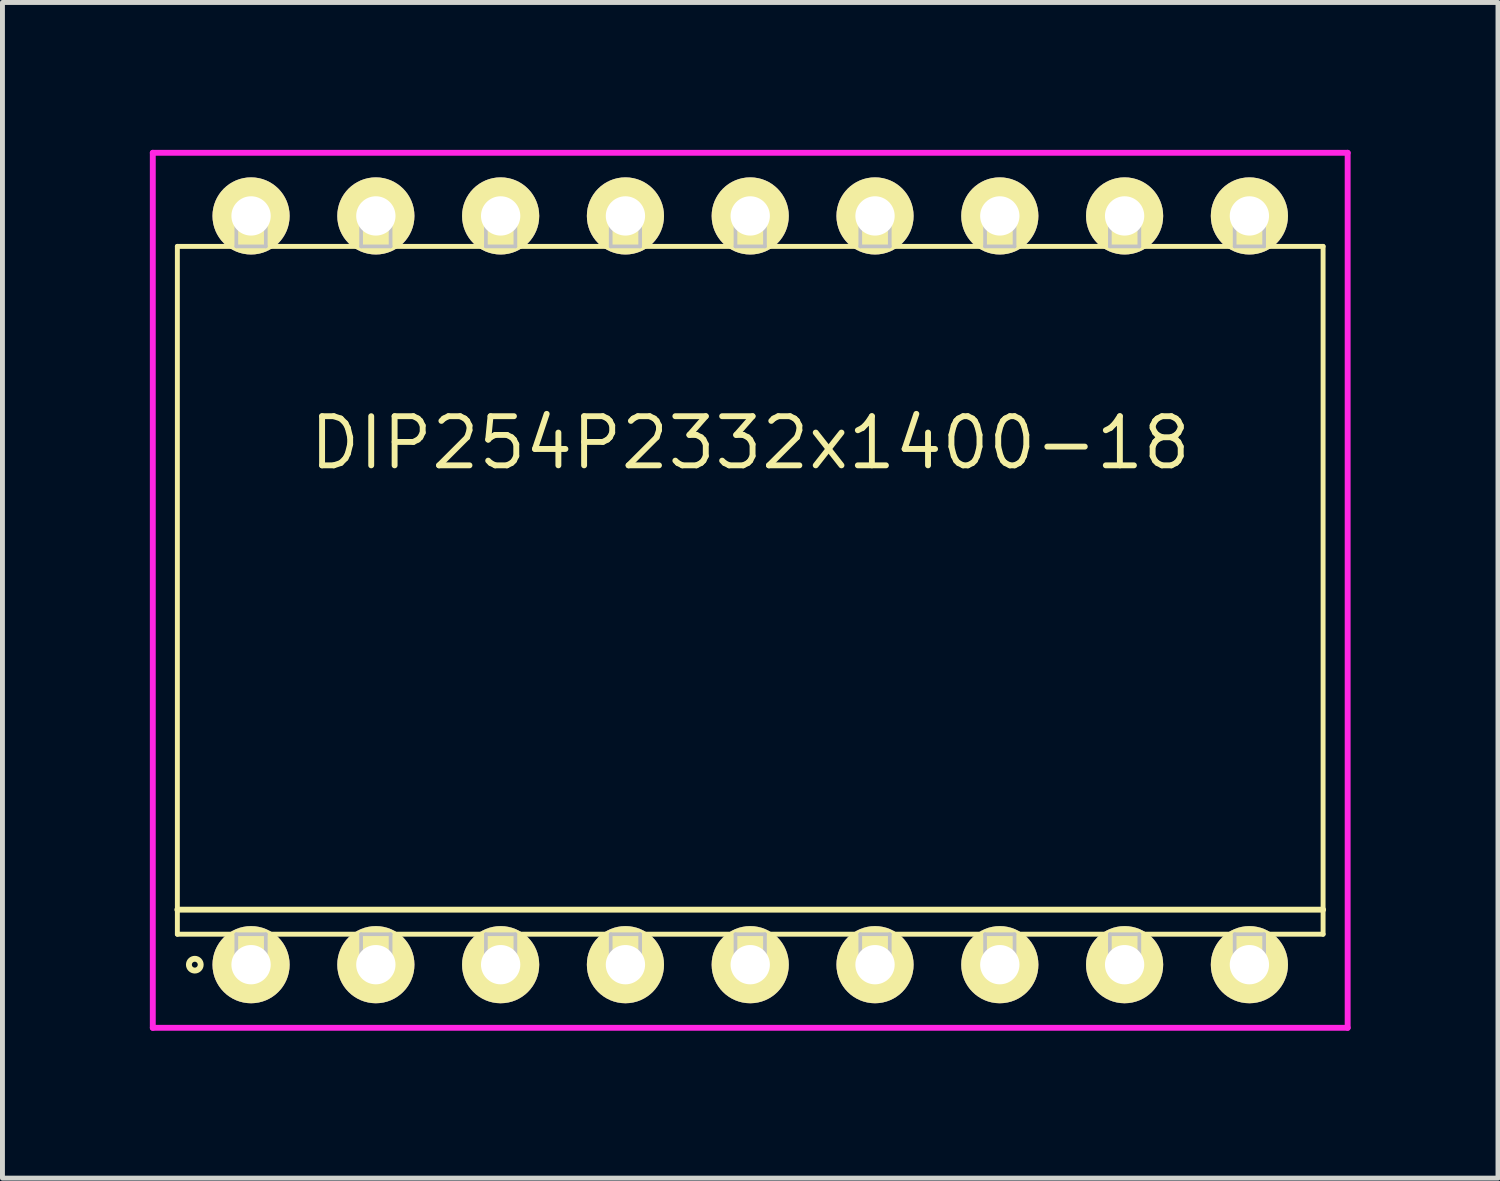
<source format=kicad_pcb>
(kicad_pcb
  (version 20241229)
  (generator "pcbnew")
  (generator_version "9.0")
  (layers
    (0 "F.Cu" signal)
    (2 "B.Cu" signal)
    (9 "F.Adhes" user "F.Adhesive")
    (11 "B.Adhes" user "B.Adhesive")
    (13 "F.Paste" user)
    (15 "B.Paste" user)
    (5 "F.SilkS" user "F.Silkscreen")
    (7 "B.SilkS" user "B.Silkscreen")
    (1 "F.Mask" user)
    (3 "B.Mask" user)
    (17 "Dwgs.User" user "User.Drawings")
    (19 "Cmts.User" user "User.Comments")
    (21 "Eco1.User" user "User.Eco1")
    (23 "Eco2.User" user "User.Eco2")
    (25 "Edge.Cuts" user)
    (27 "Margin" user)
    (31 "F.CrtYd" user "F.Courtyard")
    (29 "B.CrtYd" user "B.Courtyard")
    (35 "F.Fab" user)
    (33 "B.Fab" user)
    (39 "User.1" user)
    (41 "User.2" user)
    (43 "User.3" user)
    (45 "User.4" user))
  (footprint "DIP254P2332x1400-18"
    (layer "F.Cu")
    (at 12.22 8.965)
    (property "Reference" "DIP254P2332x1400-18" (at 0 -3 0) (layer "F.SilkS") (effects (font (size 1 1) (thickness 0.12))))
    (attr through_hole)
    (fp_line (start -11.66 -7) (end -11.66 7) (stroke (width 0.1) (type solid)) (layer "F.SilkS"))
    (fp_line (start -11.66 6.5) (end 11.66 6.5) (stroke (width 0.12) (type solid)) (layer "F.SilkS"))
    (fp_line (start -11.66 7) (end 11.66 7) (stroke (width 0.1) (type solid)) (layer "F.SilkS"))
    (fp_line (start 11.66 -7) (end -11.66 -7) (stroke (width 0.1) (type solid)) (layer "F.SilkS"))
    (fp_line (start 11.66 7) (end 11.66 -7) (stroke (width 0.1) (type solid)) (layer "F.SilkS"))
    (fp_circle (center -11.305 7.62) (end -11.185 7.62) (stroke (width 0.12) (type solid)) (fill no) (layer "F.SilkS"))
    (fp_line (start -10.46 -7.62) (end -10.46 -7) (stroke (width 0.075) (type solid)) (layer "Dwgs.User"))
    (fp_line (start -10.46 -7) (end -9.86 -7) (stroke (width 0.075) (type solid)) (layer "Dwgs.User"))
    (fp_line (start -10.46 7) (end -9.86 7) (stroke (width 0.075) (type solid)) (layer "Dwgs.User"))
    (fp_line (start -10.46 7.62) (end -10.46 7) (stroke (width 0.075) (type solid)) (layer "Dwgs.User"))
    (fp_line (start -9.86 -7.62) (end -10.46 -7.62) (stroke (width 0.075) (type solid)) (layer "Dwgs.User"))
    (fp_line (start -9.86 -7) (end -9.86 -7.62) (stroke (width 0.075) (type solid)) (layer "Dwgs.User"))
    (fp_line (start -9.86 7) (end -9.86 7.62) (stroke (width 0.075) (type solid)) (layer "Dwgs.User"))
    (fp_line (start -9.86 7.62) (end -10.46 7.62) (stroke (width 0.075) (type solid)) (layer "Dwgs.User"))
    (fp_line (start -7.92 -7.62) (end -7.92 -7) (stroke (width 0.075) (type solid)) (layer "Dwgs.User"))
    (fp_line (start -7.92 -7) (end -7.32 -7) (stroke (width 0.075) (type solid)) (layer "Dwgs.User"))
    (fp_line (start -7.92 7) (end -7.32 7) (stroke (width 0.075) (type solid)) (layer "Dwgs.User"))
    (fp_line (start -7.92 7.62) (end -7.92 7) (stroke (width 0.075) (type solid)) (layer "Dwgs.User"))
    (fp_line (start -7.32 -7.62) (end -7.92 -7.62) (stroke (width 0.075) (type solid)) (layer "Dwgs.User"))
    (fp_line (start -7.32 -7) (end -7.32 -7.62) (stroke (width 0.075) (type solid)) (layer "Dwgs.User"))
    (fp_line (start -7.32 7) (end -7.32 7.62) (stroke (width 0.075) (type solid)) (layer "Dwgs.User"))
    (fp_line (start -7.32 7.62) (end -7.92 7.62) (stroke (width 0.075) (type solid)) (layer "Dwgs.User"))
    (fp_line (start -5.38 -7.62) (end -5.38 -7) (stroke (width 0.075) (type solid)) (layer "Dwgs.User"))
    (fp_line (start -5.38 -7) (end -4.78 -7) (stroke (width 0.075) (type solid)) (layer "Dwgs.User"))
    (fp_line (start -5.38 7) (end -4.78 7) (stroke (width 0.075) (type solid)) (layer "Dwgs.User"))
    (fp_line (start -5.38 7.62) (end -5.38 7) (stroke (width 0.075) (type solid)) (layer "Dwgs.User"))
    (fp_line (start -4.78 -7.62) (end -5.38 -7.62) (stroke (width 0.075) (type solid)) (layer "Dwgs.User"))
    (fp_line (start -4.78 -7) (end -4.78 -7.62) (stroke (width 0.075) (type solid)) (layer "Dwgs.User"))
    (fp_line (start -4.78 7) (end -4.78 7.62) (stroke (width 0.075) (type solid)) (layer "Dwgs.User"))
    (fp_line (start -4.78 7.62) (end -5.38 7.62) (stroke (width 0.075) (type solid)) (layer "Dwgs.User"))
    (fp_line (start -2.84 -7.62) (end -2.84 -7) (stroke (width 0.075) (type solid)) (layer "Dwgs.User"))
    (fp_line (start -2.84 -7) (end -2.24 -7) (stroke (width 0.075) (type solid)) (layer "Dwgs.User"))
    (fp_line (start -2.84 7) (end -2.24 7) (stroke (width 0.075) (type solid)) (layer "Dwgs.User"))
    (fp_line (start -2.84 7.62) (end -2.84 7) (stroke (width 0.075) (type solid)) (layer "Dwgs.User"))
    (fp_line (start -2.24 -7.62) (end -2.84 -7.62) (stroke (width 0.075) (type solid)) (layer "Dwgs.User"))
    (fp_line (start -2.24 -7) (end -2.24 -7.62) (stroke (width 0.075) (type solid)) (layer "Dwgs.User"))
    (fp_line (start -2.24 7) (end -2.24 7.62) (stroke (width 0.075) (type solid)) (layer "Dwgs.User"))
    (fp_line (start -2.24 7.62) (end -2.84 7.62) (stroke (width 0.075) (type solid)) (layer "Dwgs.User"))
    (fp_line (start -0.3 -7.62) (end -0.3 -7) (stroke (width 0.075) (type solid)) (layer "Dwgs.User"))
    (fp_line (start -0.3 -7) (end 0.3 -7) (stroke (width 0.075) (type solid)) (layer "Dwgs.User"))
    (fp_line (start -0.3 7) (end 0.3 7) (stroke (width 0.075) (type solid)) (layer "Dwgs.User"))
    (fp_line (start -0.3 7.62) (end -0.3 7) (stroke (width 0.075) (type solid)) (layer "Dwgs.User"))
    (fp_line (start 0.3 -7.62) (end -0.3 -7.62) (stroke (width 0.075) (type solid)) (layer "Dwgs.User"))
    (fp_line (start 0.3 -7) (end 0.3 -7.62) (stroke (width 0.075) (type solid)) (layer "Dwgs.User"))
    (fp_line (start 0.3 7) (end 0.3 7.62) (stroke (width 0.075) (type solid)) (layer "Dwgs.User"))
    (fp_line (start 0.3 7.62) (end -0.3 7.62) (stroke (width 0.075) (type solid)) (layer "Dwgs.User"))
    (fp_line (start 2.24 -7.62) (end 2.24 -7) (stroke (width 0.075) (type solid)) (layer "Dwgs.User"))
    (fp_line (start 2.24 -7) (end 2.84 -7) (stroke (width 0.075) (type solid)) (layer "Dwgs.User"))
    (fp_line (start 2.24 7) (end 2.84 7) (stroke (width 0.075) (type solid)) (layer "Dwgs.User"))
    (fp_line (start 2.24 7.62) (end 2.24 7) (stroke (width 0.075) (type solid)) (layer "Dwgs.User"))
    (fp_line (start 2.84 -7.62) (end 2.24 -7.62) (stroke (width 0.075) (type solid)) (layer "Dwgs.User"))
    (fp_line (start 2.84 -7) (end 2.84 -7.62) (stroke (width 0.075) (type solid)) (layer "Dwgs.User"))
    (fp_line (start 2.84 7) (end 2.84 7.62) (stroke (width 0.075) (type solid)) (layer "Dwgs.User"))
    (fp_line (start 2.84 7.62) (end 2.24 7.62) (stroke (width 0.075) (type solid)) (layer "Dwgs.User"))
    (fp_line (start 4.78 -7.62) (end 4.78 -7) (stroke (width 0.075) (type solid)) (layer "Dwgs.User"))
    (fp_line (start 4.78 -7) (end 5.38 -7) (stroke (width 0.075) (type solid)) (layer "Dwgs.User"))
    (fp_line (start 4.78 7) (end 5.38 7) (stroke (width 0.075) (type solid)) (layer "Dwgs.User"))
    (fp_line (start 4.78 7.62) (end 4.78 7) (stroke (width 0.075) (type solid)) (layer "Dwgs.User"))
    (fp_line (start 5.38 -7.62) (end 4.78 -7.62) (stroke (width 0.075) (type solid)) (layer "Dwgs.User"))
    (fp_line (start 5.38 -7) (end 5.38 -7.62) (stroke (width 0.075) (type solid)) (layer "Dwgs.User"))
    (fp_line (start 5.38 7) (end 5.38 7.62) (stroke (width 0.075) (type solid)) (layer "Dwgs.User"))
    (fp_line (start 5.38 7.62) (end 4.78 7.62) (stroke (width 0.075) (type solid)) (layer "Dwgs.User"))
    (fp_line (start 7.32 -7.62) (end 7.32 -7) (stroke (width 0.075) (type solid)) (layer "Dwgs.User"))
    (fp_line (start 7.32 -7) (end 7.92 -7) (stroke (width 0.075) (type solid)) (layer "Dwgs.User"))
    (fp_line (start 7.32 7) (end 7.92 7) (stroke (width 0.075) (type solid)) (layer "Dwgs.User"))
    (fp_line (start 7.32 7.62) (end 7.32 7) (stroke (width 0.075) (type solid)) (layer "Dwgs.User"))
    (fp_line (start 7.92 -7.62) (end 7.32 -7.62) (stroke (width 0.075) (type solid)) (layer "Dwgs.User"))
    (fp_line (start 7.92 -7) (end 7.92 -7.62) (stroke (width 0.075) (type solid)) (layer "Dwgs.User"))
    (fp_line (start 7.92 7) (end 7.92 7.62) (stroke (width 0.075) (type solid)) (layer "Dwgs.User"))
    (fp_line (start 7.92 7.62) (end 7.32 7.62) (stroke (width 0.075) (type solid)) (layer "Dwgs.User"))
    (fp_line (start 9.86 -7.62) (end 9.86 -7) (stroke (width 0.075) (type solid)) (layer "Dwgs.User"))
    (fp_line (start 9.86 -7) (end 10.46 -7) (stroke (width 0.075) (type solid)) (layer "Dwgs.User"))
    (fp_line (start 9.86 7) (end 10.46 7) (stroke (width 0.075) (type solid)) (layer "Dwgs.User"))
    (fp_line (start 9.86 7.62) (end 9.86 7) (stroke (width 0.075) (type solid)) (layer "Dwgs.User"))
    (fp_line (start 10.46 -7.62) (end 9.86 -7.62) (stroke (width 0.075) (type solid)) (layer "Dwgs.User"))
    (fp_line (start 10.46 -7) (end 10.46 -7.62) (stroke (width 0.075) (type solid)) (layer "Dwgs.User"))
    (fp_line (start 10.46 7) (end 10.46 7.62) (stroke (width 0.075) (type solid)) (layer "Dwgs.User"))
    (fp_line (start 10.46 7.62) (end 9.86 7.62) (stroke (width 0.075) (type solid)) (layer "Dwgs.User"))
    (fp_line (start -0.75 0) (end 0.75 0) (stroke (width 0.12) (type solid)) (layer "Eco1.User"))
    (fp_line (start 0 -0.75) (end 0 0.75) (stroke (width 0.12) (type solid)) (layer "Eco1.User"))
    (fp_circle (center 0 0) (end 0.5 0) (stroke (width 0.12) (type solid)) (fill no) (layer "Eco1.User"))
    (fp_line (start -12.16 -8.905) (end -12.16 8.905) (stroke (width 0.12) (type solid)) (layer "F.CrtYd"))
    (fp_line (start -12.16 8.905) (end 12.16 8.905) (stroke (width 0.12) (type solid)) (layer "F.CrtYd"))
    (fp_line (start 12.16 -8.905) (end -12.16 -8.905) (stroke (width 0.12) (type solid)) (layer "F.CrtYd"))
    (fp_line (start 12.16 8.905) (end 12.16 -8.905) (stroke (width 0.12) (type solid)) (layer "F.CrtYd"))
    (pad "1" thru_hole oval (at -10.16 7.62) (size 1.57 1.57) (drill 0.8) (layers "*.Cu" "*.Mask" "F.SilkS"))
    (pad "2" thru_hole oval (at -7.62 7.62) (size 1.57 1.57) (drill 0.8) (layers "*.Cu" "*.Mask" "F.SilkS"))
    (pad "3" thru_hole oval (at -5.08 7.62) (size 1.57 1.57) (drill 0.8) (layers "*.Cu" "*.Mask" "F.SilkS"))
    (pad "4" thru_hole oval (at -2.54 7.62) (size 1.57 1.57) (drill 0.8) (layers "*.Cu" "*.Mask" "F.SilkS"))
    (pad "5" thru_hole oval (at 0 7.62) (size 1.57 1.57) (drill 0.8) (layers "*.Cu" "*.Mask" "F.SilkS"))
    (pad "6" thru_hole oval (at 2.54 7.62) (size 1.57 1.57) (drill 0.8) (layers "*.Cu" "*.Mask" "F.SilkS"))
    (pad "7" thru_hole oval (at 5.08 7.62) (size 1.57 1.57) (drill 0.8) (layers "*.Cu" "*.Mask" "F.SilkS"))
    (pad "8" thru_hole oval (at 7.62 7.62) (size 1.57 1.57) (drill 0.8) (layers "*.Cu" "*.Mask" "F.SilkS"))
    (pad "9" thru_hole oval (at 10.16 7.62) (size 1.57 1.57) (drill 0.8) (layers "*.Cu" "*.Mask" "F.SilkS"))
    (pad "10" thru_hole oval (at 10.16 -7.62) (size 1.57 1.57) (drill 0.8) (layers "*.Cu" "*.Mask" "F.SilkS"))
    (pad "11" thru_hole oval (at 7.62 -7.62) (size 1.57 1.57) (drill 0.8) (layers "*.Cu" "*.Mask" "F.SilkS"))
    (pad "12" thru_hole oval (at 5.08 -7.62) (size 1.57 1.57) (drill 0.8) (layers "*.Cu" "*.Mask" "F.SilkS"))
    (pad "13" thru_hole oval (at 2.54 -7.62) (size 1.57 1.57) (drill 0.8) (layers "*.Cu" "*.Mask" "F.SilkS"))
    (pad "14" thru_hole oval (at 0 -7.62) (size 1.57 1.57) (drill 0.8) (layers "*.Cu" "*.Mask" "F.SilkS"))
    (pad "15" thru_hole oval (at -2.54 -7.62) (size 1.57 1.57) (drill 0.8) (layers "*.Cu" "*.Mask" "F.SilkS"))
    (pad "16" thru_hole oval (at -5.08 -7.62) (size 1.57 1.57) (drill 0.8) (layers "*.Cu" "*.Mask" "F.SilkS"))
    (pad "17" thru_hole oval (at -7.62 -7.62) (size 1.57 1.57) (drill 0.8) (layers "*.Cu" "*.Mask" "F.SilkS"))
    (pad "18" thru_hole oval (at -10.16 -7.62) (size 1.57 1.57) (drill 0.8) (layers "*.Cu" "*.Mask" "F.SilkS")))
  (gr_rect
    (start -3 -3)
    (end 27.44 20.93)
    (stroke (width 0.1) (type default))
    (fill no)
    (layer "Edge.Cuts")))
</source>
